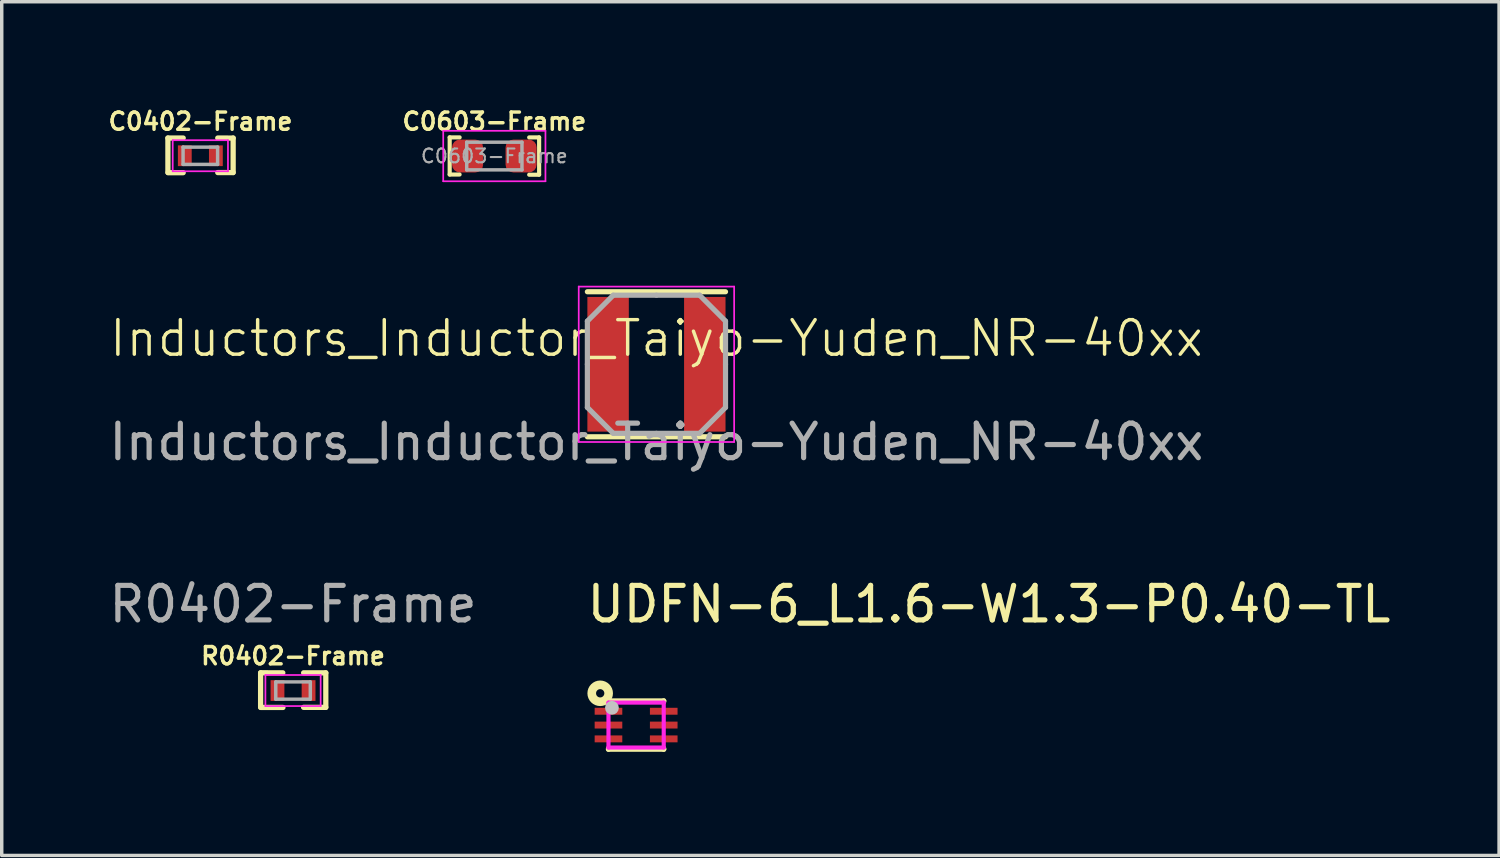
<source format=kicad_pcb>
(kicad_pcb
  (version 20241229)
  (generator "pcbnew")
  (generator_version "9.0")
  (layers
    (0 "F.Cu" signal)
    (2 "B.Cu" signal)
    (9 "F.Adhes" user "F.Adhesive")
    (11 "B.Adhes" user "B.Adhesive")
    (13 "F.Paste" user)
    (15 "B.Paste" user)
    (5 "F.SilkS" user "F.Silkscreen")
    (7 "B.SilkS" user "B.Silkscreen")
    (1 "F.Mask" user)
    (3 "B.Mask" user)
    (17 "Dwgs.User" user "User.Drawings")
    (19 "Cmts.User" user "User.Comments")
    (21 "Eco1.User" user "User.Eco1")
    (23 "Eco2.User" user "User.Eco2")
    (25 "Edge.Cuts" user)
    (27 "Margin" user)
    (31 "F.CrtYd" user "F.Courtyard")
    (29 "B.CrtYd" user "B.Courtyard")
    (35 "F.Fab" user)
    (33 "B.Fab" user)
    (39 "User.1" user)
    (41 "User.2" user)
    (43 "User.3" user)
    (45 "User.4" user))
  (footprint "Inductors_Inductor_Taiyo-Yuden_NR-40xx"
    (layer "F.Cu")
    (at 15.958 7.248)
    (property "Reference" "Inductors_Inductor_Taiyo-Yuden_NR-40xx" (at 0 -0.5 0) (unlocked yes) (layer "F.SilkS") (effects (font (size 1 1) (thickness 0.1))))
    (attr smd)
    (fp_line (start -2 -1.85) (end 2 -1.85) (stroke (width 0.15) (type solid)) (layer "F.SilkS"))
    (fp_line (start -2 2.35) (end 2 2.35) (stroke (width 0.15) (type solid)) (layer "F.SilkS"))
    (fp_line (start -2.25 -2) (end -2.25 2.5) (stroke (width 0.05) (type solid)) (layer "F.CrtYd"))
    (fp_line (start -2.25 2.5) (end 2.25 2.5) (stroke (width 0.05) (type solid)) (layer "F.CrtYd"))
    (fp_line (start 2.25 -2) (end -2.25 -2) (stroke (width 0.05) (type solid)) (layer "F.CrtYd"))
    (fp_line (start 2.25 2.5) (end 2.25 -2) (stroke (width 0.05) (type solid)) (layer "F.CrtYd"))
    (fp_line (start -2 -1) (end -1.25 -1.75) (stroke (width 0.15) (type solid)) (layer "F.Fab"))
    (fp_line (start -2 0.25) (end -2 -1) (stroke (width 0.15) (type solid)) (layer "F.Fab"))
    (fp_line (start -2 0.25) (end -2 1.5) (stroke (width 0.15) (type solid)) (layer "F.Fab"))
    (fp_line (start -2 1.5) (end -1.25 2.25) (stroke (width 0.15) (type solid)) (layer "F.Fab"))
    (fp_line (start -1.25 -1.75) (end 0 -1.75) (stroke (width 0.15) (type solid)) (layer "F.Fab"))
    (fp_line (start -1.25 2.25) (end 0 2.25) (stroke (width 0.15) (type solid)) (layer "F.Fab"))
    (fp_line (start 1.25 -1.75) (end 0 -1.75) (stroke (width 0.15) (type solid)) (layer "F.Fab"))
    (fp_line (start 1.25 2.25) (end 0 2.25) (stroke (width 0.15) (type solid)) (layer "F.Fab"))
    (fp_line (start 2 -1) (end 1.25 -1.75) (stroke (width 0.15) (type solid)) (layer "F.Fab"))
    (fp_line (start 2 0.25) (end 2 -1) (stroke (width 0.15) (type solid)) (layer "F.Fab"))
    (fp_line (start 2 0.25) (end 2 1.5) (stroke (width 0.15) (type solid)) (layer "F.Fab"))
    (fp_line (start 2 1.5) (end 1.25 2.25) (stroke (width 0.15) (type solid)) (layer "F.Fab"))
    (fp_text user "${REFERENCE}" (at 0 2.5 0) (unlocked yes) (layer "F.Fab") (effects (font (size 1 1) (thickness 0.15))))
    (pad "1" smd rect (at -1.4 0.25) (size 1.2 3.9) (layers "F.Cu" "F.Mask" "F.Paste"))
    (pad "2" smd rect (at 1.4 0.25) (size 1.2 3.9) (layers "F.Cu" "F.Mask" "F.Paste")))
  (footprint "UDFN-6_L1.6-W1.3-P0.40-TL"
    (layer "F.Cu")
    (at 15.369 17.945)
    (property "Reference" "UDFN-6_L1.6-W1.3-P0.40-TL" (at -1.5 -3.5 0) (layer "F.SilkS") (effects (font (size 1 1) (thickness 0.15)) (justify left)))
    (attr through_hole)
    (fp_line (start -0.8 -0.7) (end 0.8 -0.7) (stroke (width 0.15) (type solid)) (layer "F.SilkS"))
    (fp_line (start -0.8 -0.679) (end -0.8 -0.7) (stroke (width 0.15) (type solid)) (layer "F.SilkS"))
    (fp_line (start -0.8 0.7) (end -0.8 0.679) (stroke (width 0.15) (type solid)) (layer "F.SilkS"))
    (fp_line (start 0.8 -0.7) (end 0.8 -0.679) (stroke (width 0.15) (type solid)) (layer "F.SilkS"))
    (fp_line (start 0.8 0.679) (end 0.8 0.7) (stroke (width 0.15) (type solid)) (layer "F.SilkS"))
    (fp_line (start 0.8 0.7) (end -0.8 0.7) (stroke (width 0.15) (type solid)) (layer "F.SilkS"))
    (fp_circle (center -1.04 -0.92) (end -0.92 -0.92) (stroke (width 0.25) (type solid)) (fill no) (layer "F.SilkS"))
    (fp_circle (center -0.7 -0.5) (end -0.6 -0.5) (stroke (width 0.2) (type solid)) (fill no) (layer "Dwgs.User"))
    (fp_circle (center -0.8 -0.65) (end -0.77 -0.65) (stroke (width 0.06) (type solid)) (fill no) (layer "Eco2.User"))
    (fp_poly (pts (xy -0.8 -0.5) (xy -0.475 -0.5) (xy -0.475 -0.3) (xy -0.8 -0.3)) (stroke (width 0.12) (type solid)) (fill no) (layer "Eco2.User"))
    (fp_poly (pts (xy -0.8 -0.1) (xy -0.475 -0.1) (xy -0.475 0.1) (xy -0.8 0.1)) (stroke (width 0.12) (type solid)) (fill no) (layer "Eco2.User"))
    (fp_poly (pts (xy -0.8 0.3) (xy -0.475 0.3) (xy -0.475 0.5) (xy -0.8 0.5)) (stroke (width 0.12) (type solid)) (fill no) (layer "Eco2.User"))
    (fp_poly (pts (xy 0.475 -0.5) (xy 0.8 -0.5) (xy 0.8 -0.3) (xy 0.475 -0.3)) (stroke (width 0.12) (type solid)) (fill no) (layer "Eco2.User"))
    (fp_poly (pts (xy 0.475 -0.1) (xy 0.8 -0.1) (xy 0.8 0.1) (xy 0.475 0.1)) (stroke (width 0.12) (type solid)) (fill no) (layer "Eco2.User"))
    (fp_poly (pts (xy 0.475 0.3) (xy 0.8 0.3) (xy 0.8 0.5) (xy 0.475 0.5)) (stroke (width 0.12) (type solid)) (fill no) (layer "Eco2.User"))
    (fp_line (start -0.8 -0.65) (end 0.8 -0.65) (stroke (width 0.12) (type solid)) (layer "F.CrtYd"))
    (fp_line (start -0.8 0.65) (end -0.8 -0.65) (stroke (width 0.12) (type solid)) (layer "F.CrtYd"))
    (fp_line (start 0.8 -0.65) (end 0.8 0.65) (stroke (width 0.12) (type solid)) (layer "F.CrtYd"))
    (fp_line (start 0.8 0.65) (end -0.8 0.65) (stroke (width 0.12) (type solid)) (layer "F.CrtYd"))
    (pad "1" smd rect (at -0.8 -0.4) (size 0.8 0.2) (layers "F.Cu" "F.Mask" "F.Paste"))
    (pad "2" smd rect (at -0.8 0) (size 0.8 0.2) (layers "F.Cu" "F.Mask" "F.Paste"))
    (pad "3" smd rect (at -0.8 0.4) (size 0.8 0.2) (layers "F.Cu" "F.Mask" "F.Paste"))
    (pad "4" smd rect (at 0.8 0.4) (size 0.8 0.2) (layers "F.Cu" "F.Mask" "F.Paste"))
    (pad "5" smd rect (at 0.8 0) (size 0.8 0.2) (layers "F.Cu" "F.Mask" "F.Paste"))
    (pad "6" smd rect (at 0.8 -0.4) (size 0.8 0.2) (layers "F.Cu" "F.Mask" "F.Paste")))
  (footprint "R0402-Frame"
    (layer "F.Cu")
    (at 5.435 16.945)
    (property "Reference" "R0402-Frame" (at 0 -1 0) (unlocked yes) (layer "F.SilkS") (effects (font (size 0.5 0.5) (thickness 0.1) (bold yes))))
    (fp_line (start -0.939 -0.512) (end -0.939 0.485) (stroke (width 0.152) (type solid)) (layer "F.SilkS"))
    (fp_line (start -0.296 -0.513) (end -0.939 -0.514) (stroke (width 0.152) (type solid)) (layer "F.SilkS"))
    (fp_line (start -0.292 0.49) (end -0.935 0.49) (stroke (width 0.152) (type solid)) (layer "F.SilkS"))
    (fp_line (start 0.948 0.488) (end 0.306 0.487) (stroke (width 0.152) (type solid)) (layer "F.SilkS"))
    (fp_line (start 0.949 -0.512) (end 0.307 -0.513) (stroke (width 0.152) (type solid)) (layer "F.SilkS"))
    (fp_line (start 0.949 -0.512) (end 0.949 0.485) (stroke (width 0.152) (type solid)) (layer "F.SilkS"))
    (fp_line (start -0.8 -0.45) (end -0.8 0.45) (stroke (width 0.05) (type solid)) (layer "F.CrtYd"))
    (fp_line (start -0.8 -0.45) (end 0.8 -0.45) (stroke (width 0.05) (type solid)) (layer "F.CrtYd"))
    (fp_line (start 0.8 0.45) (end -0.8 0.45) (stroke (width 0.05) (type solid)) (layer "F.CrtYd"))
    (fp_line (start 0.8 0.45) (end 0.8 -0.45) (stroke (width 0.05) (type solid)) (layer "F.CrtYd"))
    (fp_line (start -0.5 -0.25) (end 0.5 -0.25) (stroke (width 0.1) (type solid)) (layer "F.Fab"))
    (fp_line (start -0.5 0.25) (end -0.5 -0.25) (stroke (width 0.1) (type solid)) (layer "F.Fab"))
    (fp_line (start 0.5 -0.25) (end 0.5 0.25) (stroke (width 0.1) (type solid)) (layer "F.Fab"))
    (fp_line (start 0.5 0.25) (end -0.5 0.25) (stroke (width 0.1) (type solid)) (layer "F.Fab"))
    (fp_text user "${REFERENCE}" (at 0 -2.5 180) (layer "F.Fab") (effects (font (size 1 1) (thickness 0.15))))
    (pad "1" smd rect (at -0.45 0) (size 0.4 0.6) (layers "F.Cu" "F.Mask" "F.Paste"))
    (pad "2" smd rect (at 0.45 0) (size 0.4 0.6) (layers "F.Cu" "F.Mask" "F.Paste")))
  (footprint "C0603-Frame"
    (layer "F.Cu")
    (at 11.264 1.468)
    (property "Reference" "C0603-Frame" (at 0 -1 180) (layer "F.SilkS") (effects (font (size 0.5 0.5) (thickness 0.1))))
    (attr smd)
    (fp_line (start -1.293 0.535) (end -1.293 -0.54) (stroke (width 0.12) (type solid)) (layer "F.SilkS"))
    (fp_line (start -1.006 0.535) (end -1.293 0.535) (stroke (width 0.12) (type solid)) (layer "F.SilkS"))
    (fp_line (start -1.005 -0.54) (end -1.293 -0.54) (stroke (width 0.12) (type solid)) (layer "F.SilkS"))
    (fp_line (start 1.296 0.541) (end 1.009 0.541) (stroke (width 0.12) (type solid)) (layer "F.SilkS"))
    (fp_line (start 1.297 -0.539) (end 1.009 -0.539) (stroke (width 0.12) (type solid)) (layer "F.SilkS"))
    (fp_line (start 1.297 -0.539) (end 1.297 0.539) (stroke (width 0.12) (type solid)) (layer "F.SilkS"))
    (fp_line (start -1.48 -0.73) (end 1.48 -0.73) (stroke (width 0.05) (type solid)) (layer "F.CrtYd"))
    (fp_line (start -1.48 0.73) (end -1.48 -0.73) (stroke (width 0.05) (type solid)) (layer "F.CrtYd"))
    (fp_line (start 1.48 -0.73) (end 1.48 0.73) (stroke (width 0.05) (type solid)) (layer "F.CrtYd"))
    (fp_line (start 1.48 0.73) (end -1.48 0.73) (stroke (width 0.05) (type solid)) (layer "F.CrtYd"))
    (fp_line (start -0.8 -0.4) (end 0.8 -0.4) (stroke (width 0.1) (type solid)) (layer "F.Fab"))
    (fp_line (start -0.8 0.4) (end -0.8 -0.4) (stroke (width 0.1) (type solid)) (layer "F.Fab"))
    (fp_line (start 0.8 -0.4) (end 0.8 0.4) (stroke (width 0.1) (type solid)) (layer "F.Fab"))
    (fp_line (start 0.8 0.4) (end -0.8 0.4) (stroke (width 0.1) (type solid)) (layer "F.Fab"))
    (fp_text user "${REFERENCE}" (at 0 0 0) (layer "F.Fab") (effects (font (size 0.4 0.4) (thickness 0.06))))
    (pad "1" smd roundrect (at -0.775 0) (size 0.9 0.95) (layers "F.Cu" "F.Mask" "F.Paste") (roundrect_rratio 0.25))
    (pad "2" smd roundrect (at 0.775 0) (size 0.9 0.95) (layers "F.Cu" "F.Mask" "F.Paste") (roundrect_rratio 0.25)))
  (footprint "C0402-Frame"
    (layer "F.Cu")
    (at 2.755 1.468)
    (property "Reference" "C0402-Frame" (at 0 -1 0) (unlocked yes) (layer "F.SilkS") (effects (font (size 0.5 0.5) (thickness 0.1) (bold yes))))
    (fp_line (start -0.943 -0.52) (end -0.943 0.477) (stroke (width 0.152) (type solid)) (layer "F.SilkS"))
    (fp_line (start -0.5 -0.521) (end -0.943 -0.522) (stroke (width 0.152) (type solid)) (layer "F.SilkS"))
    (fp_line (start -0.5 0.482) (end -0.939 0.482) (stroke (width 0.152) (type solid)) (layer "F.SilkS"))
    (fp_line (start 0.945 0.48) (end 0.5 0.479) (stroke (width 0.152) (type solid)) (layer "F.SilkS"))
    (fp_line (start 0.946 -0.52) (end 0.5 -0.521) (stroke (width 0.152) (type solid)) (layer "F.SilkS"))
    (fp_line (start 0.946 -0.52) (end 0.946 0.477) (stroke (width 0.152) (type solid)) (layer "F.SilkS"))
    (fp_line (start -0.804 -0.458) (end -0.804 0.442) (stroke (width 0.05) (type solid)) (layer "F.CrtYd"))
    (fp_line (start -0.804 -0.458) (end 0.796 -0.458) (stroke (width 0.05) (type solid)) (layer "F.CrtYd"))
    (fp_line (start 0.796 0.442) (end -0.804 0.442) (stroke (width 0.05) (type solid)) (layer "F.CrtYd"))
    (fp_line (start 0.796 0.442) (end 0.796 -0.458) (stroke (width 0.05) (type solid)) (layer "F.CrtYd"))
    (fp_line (start -0.504 -0.258) (end 0.496 -0.258) (stroke (width 0.1) (type solid)) (layer "F.Fab"))
    (fp_line (start -0.504 0.242) (end -0.504 -0.258) (stroke (width 0.1) (type solid)) (layer "F.Fab"))
    (fp_line (start 0.496 -0.258) (end 0.496 0.242) (stroke (width 0.1) (type solid)) (layer "F.Fab"))
    (fp_line (start 0.496 0.242) (end -0.504 0.242) (stroke (width 0.1) (type solid)) (layer "F.Fab"))
    (pad "1" smd rect (at -0.454 -0.008) (size 0.4 0.6) (layers "F.Cu" "F.Mask" "F.Paste"))
    (pad "2" smd rect (at 0.446 -0.008) (size 0.4 0.6) (layers "F.Cu" "F.Mask" "F.Paste")))
  (gr_rect
    (start -3 -3)
    (end 40.357 21.72)
    (stroke (width 0.1) (type default))
    (fill no)
    (layer "Edge.Cuts")))
</source>
